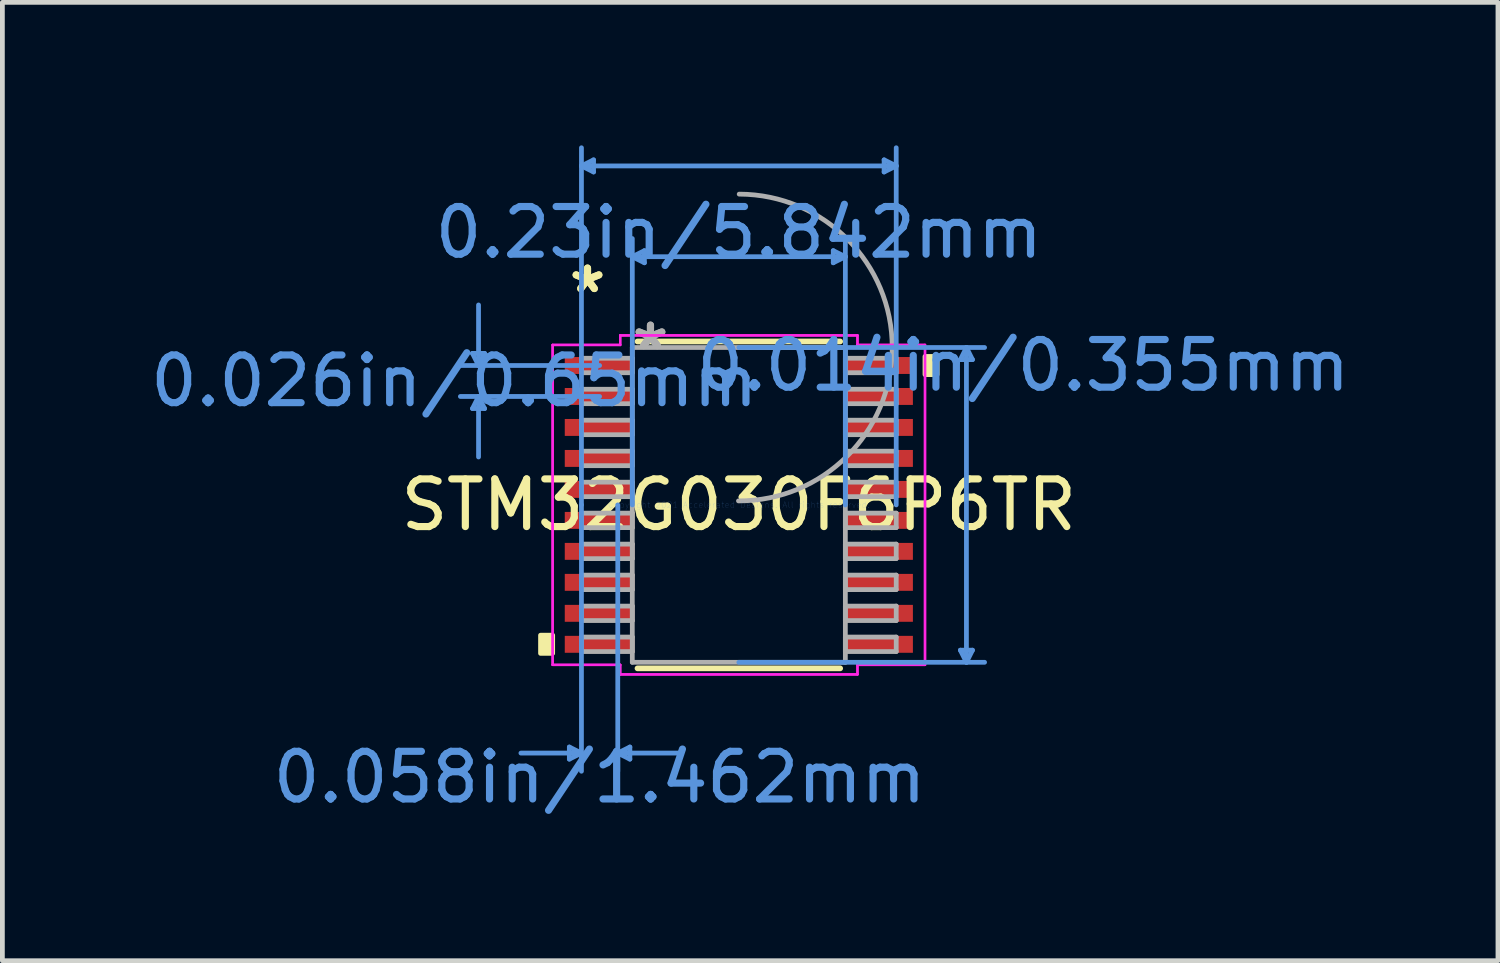
<source format=kicad_pcb>
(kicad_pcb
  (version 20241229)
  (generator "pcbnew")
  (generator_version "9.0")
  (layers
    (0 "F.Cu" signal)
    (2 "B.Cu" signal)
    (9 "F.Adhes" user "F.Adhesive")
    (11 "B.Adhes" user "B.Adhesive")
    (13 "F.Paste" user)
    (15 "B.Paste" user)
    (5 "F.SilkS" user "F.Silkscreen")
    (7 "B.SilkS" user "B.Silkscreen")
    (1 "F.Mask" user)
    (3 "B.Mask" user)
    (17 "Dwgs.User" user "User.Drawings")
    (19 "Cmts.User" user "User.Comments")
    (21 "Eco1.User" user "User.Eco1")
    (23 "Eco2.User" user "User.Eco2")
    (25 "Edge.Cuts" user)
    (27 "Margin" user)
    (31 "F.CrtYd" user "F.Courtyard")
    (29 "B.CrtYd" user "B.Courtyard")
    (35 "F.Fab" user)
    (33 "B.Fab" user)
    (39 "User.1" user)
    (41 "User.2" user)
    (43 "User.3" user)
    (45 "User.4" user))
  (footprint "STM32G030F6P6TR"
    (layer "F.Cu")
    (at 12.451 7.543)
    (property "Reference" "STM32G030F6P6TR" (at 0 0 0) (layer "F.SilkS") (effects (font (size 1 1) (thickness 0.15))))
    (attr through_hole)
    (fp_line (start -2.126 3.429) (end 2.126 3.429) (stroke (width 0.12) (type solid)) (layer "F.SilkS"))
    (fp_line (start 2.126 -3.429) (end -2.126 -3.429) (stroke (width 0.12) (type solid)) (layer "F.SilkS"))
    (fp_poly (pts (xy -4.16 2.734) (xy -4.16 3.115) (xy -3.906 3.115) (xy -3.906 2.734)) (stroke (width 0.1) (type solid)) (fill yes) (layer "F.SilkS"))
    (fp_poly (pts (xy 4.16 -3.115) (xy 4.16 -2.734) (xy 3.906 -2.734) (xy 3.906 -3.115)) (stroke (width 0.1) (type solid)) (fill yes) (layer "F.SilkS"))
    (fp_line (start -5.588 -3.179) (end -5.334 -3.179) (stroke (width 0.1) (type solid)) (layer "Cmts.User"))
    (fp_line (start -5.588 -2.021) (end -5.334 -2.021) (stroke (width 0.1) (type solid)) (layer "Cmts.User"))
    (fp_line (start -5.461 -2.925) (end -5.588 -3.179) (stroke (width 0.1) (type solid)) (layer "Cmts.User"))
    (fp_line (start -5.461 -2.925) (end -5.461 -4.195) (stroke (width 0.1) (type solid)) (layer "Cmts.User"))
    (fp_line (start -5.461 -2.925) (end -5.334 -3.179) (stroke (width 0.1) (type solid)) (layer "Cmts.User"))
    (fp_line (start -5.461 -2.275) (end -5.588 -2.021) (stroke (width 0.1) (type solid)) (layer "Cmts.User"))
    (fp_line (start -5.461 -2.275) (end -5.461 -1.005) (stroke (width 0.1) (type solid)) (layer "Cmts.User"))
    (fp_line (start -5.461 -2.275) (end -5.334 -2.021) (stroke (width 0.1) (type solid)) (layer "Cmts.User"))
    (fp_line (start -3.556 5.08) (end -3.556 5.334) (stroke (width 0.1) (type solid)) (layer "Cmts.User"))
    (fp_line (start -3.302 -7.112) (end -3.048 -7.239) (stroke (width 0.1) (type solid)) (layer "Cmts.User"))
    (fp_line (start -3.302 -7.112) (end -3.048 -6.985) (stroke (width 0.1) (type solid)) (layer "Cmts.User"))
    (fp_line (start -3.302 -7.112) (end 3.302 -7.112) (stroke (width 0.1) (type solid)) (layer "Cmts.User"))
    (fp_line (start -3.302 0) (end -3.302 -7.493) (stroke (width 0.1) (type solid)) (layer "Cmts.User"))
    (fp_line (start -3.302 0) (end -3.302 5.588) (stroke (width 0.1) (type solid)) (layer "Cmts.User"))
    (fp_line (start -3.302 5.207) (end -4.572 5.207) (stroke (width 0.1) (type solid)) (layer "Cmts.User"))
    (fp_line (start -3.302 5.207) (end -3.556 5.08) (stroke (width 0.1) (type solid)) (layer "Cmts.User"))
    (fp_line (start -3.302 5.207) (end -3.556 5.334) (stroke (width 0.1) (type solid)) (layer "Cmts.User"))
    (fp_line (start -3.048 -7.239) (end -3.048 -6.985) (stroke (width 0.1) (type solid)) (layer "Cmts.User"))
    (fp_line (start -2.921 -2.925) (end -5.842 -2.925) (stroke (width 0.1) (type solid)) (layer "Cmts.User"))
    (fp_line (start -2.921 -2.275) (end -5.842 -2.275) (stroke (width 0.1) (type solid)) (layer "Cmts.User"))
    (fp_line (start -2.54 0) (end -2.54 5.588) (stroke (width 0.1) (type solid)) (layer "Cmts.User"))
    (fp_line (start -2.54 5.207) (end -2.286 5.08) (stroke (width 0.1) (type solid)) (layer "Cmts.User"))
    (fp_line (start -2.54 5.207) (end -2.286 5.334) (stroke (width 0.1) (type solid)) (layer "Cmts.User"))
    (fp_line (start -2.54 5.207) (end -1.27 5.207) (stroke (width 0.1) (type solid)) (layer "Cmts.User"))
    (fp_line (start -2.286 5.08) (end -2.286 5.334) (stroke (width 0.1) (type solid)) (layer "Cmts.User"))
    (fp_line (start -2.235 -5.207) (end -1.981 -5.334) (stroke (width 0.1) (type solid)) (layer "Cmts.User"))
    (fp_line (start -2.235 -5.207) (end -1.981 -5.08) (stroke (width 0.1) (type solid)) (layer "Cmts.User"))
    (fp_line (start -2.235 -5.207) (end 2.235 -5.207) (stroke (width 0.1) (type solid)) (layer "Cmts.User"))
    (fp_line (start -2.235 0) (end -2.235 -5.588) (stroke (width 0.1) (type solid)) (layer "Cmts.User"))
    (fp_line (start -1.981 -5.334) (end -1.981 -5.08) (stroke (width 0.1) (type solid)) (layer "Cmts.User"))
    (fp_line (start 0 -3.302) (end 5.156 -3.302) (stroke (width 0.1) (type solid)) (layer "Cmts.User"))
    (fp_line (start 0 3.302) (end 5.156 3.302) (stroke (width 0.1) (type solid)) (layer "Cmts.User"))
    (fp_line (start 1.981 -5.334) (end 1.981 -5.08) (stroke (width 0.1) (type solid)) (layer "Cmts.User"))
    (fp_line (start 2.235 -5.207) (end 1.981 -5.334) (stroke (width 0.1) (type solid)) (layer "Cmts.User"))
    (fp_line (start 2.235 -5.207) (end 1.981 -5.08) (stroke (width 0.1) (type solid)) (layer "Cmts.User"))
    (fp_line (start 2.235 0) (end 2.235 -5.588) (stroke (width 0.1) (type solid)) (layer "Cmts.User"))
    (fp_line (start 3.048 -7.239) (end 3.048 -6.985) (stroke (width 0.1) (type solid)) (layer "Cmts.User"))
    (fp_line (start 3.302 -7.112) (end 3.048 -7.239) (stroke (width 0.1) (type solid)) (layer "Cmts.User"))
    (fp_line (start 3.302 -7.112) (end 3.048 -6.985) (stroke (width 0.1) (type solid)) (layer "Cmts.User"))
    (fp_line (start 3.302 0) (end 3.302 -7.493) (stroke (width 0.1) (type solid)) (layer "Cmts.User"))
    (fp_line (start 4.648 -3.048) (end 4.902 -3.048) (stroke (width 0.1) (type solid)) (layer "Cmts.User"))
    (fp_line (start 4.648 3.048) (end 4.902 3.048) (stroke (width 0.1) (type solid)) (layer "Cmts.User"))
    (fp_line (start 4.775 -3.302) (end 4.648 -3.048) (stroke (width 0.1) (type solid)) (layer "Cmts.User"))
    (fp_line (start 4.775 -3.302) (end 4.775 3.302) (stroke (width 0.1) (type solid)) (layer "Cmts.User"))
    (fp_line (start 4.775 -3.302) (end 4.902 -3.048) (stroke (width 0.1) (type solid)) (layer "Cmts.User"))
    (fp_line (start 4.775 3.302) (end 4.648 3.048) (stroke (width 0.1) (type solid)) (layer "Cmts.User"))
    (fp_line (start 4.775 3.302) (end 4.902 3.048) (stroke (width 0.1) (type solid)) (layer "Cmts.User"))
    (fp_line (start -3.906 -3.356) (end -2.489 -3.356) (stroke (width 0.05) (type solid)) (layer "F.CrtYd"))
    (fp_line (start -3.906 -3.356) (end -2.489 -3.356) (stroke (width 0.05) (type solid)) (layer "F.CrtYd"))
    (fp_line (start -3.906 3.356) (end -3.906 -3.356) (stroke (width 0.05) (type solid)) (layer "F.CrtYd"))
    (fp_line (start -3.906 3.356) (end -3.906 -3.356) (stroke (width 0.05) (type solid)) (layer "F.CrtYd"))
    (fp_line (start -3.906 3.356) (end -2.489 3.356) (stroke (width 0.05) (type solid)) (layer "F.CrtYd"))
    (fp_line (start -2.489 -3.556) (end 2.489 -3.556) (stroke (width 0.05) (type solid)) (layer "F.CrtYd"))
    (fp_line (start -2.489 -3.556) (end 2.489 -3.556) (stroke (width 0.05) (type solid)) (layer "F.CrtYd"))
    (fp_line (start -2.489 -3.356) (end -2.489 -3.556) (stroke (width 0.05) (type solid)) (layer "F.CrtYd"))
    (fp_line (start -2.489 -3.356) (end -2.489 -3.556) (stroke (width 0.05) (type solid)) (layer "F.CrtYd"))
    (fp_line (start -2.489 3.356) (end -3.906 3.356) (stroke (width 0.05) (type solid)) (layer "F.CrtYd"))
    (fp_line (start -2.489 3.556) (end -2.489 3.356) (stroke (width 0.05) (type solid)) (layer "F.CrtYd"))
    (fp_line (start -2.489 3.556) (end -2.489 3.356) (stroke (width 0.05) (type solid)) (layer "F.CrtYd"))
    (fp_line (start 2.489 -3.556) (end 2.489 -3.356) (stroke (width 0.05) (type solid)) (layer "F.CrtYd"))
    (fp_line (start 2.489 -3.556) (end 2.489 -3.356) (stroke (width 0.05) (type solid)) (layer "F.CrtYd"))
    (fp_line (start 2.489 -3.356) (end 3.906 -3.356) (stroke (width 0.05) (type solid)) (layer "F.CrtYd"))
    (fp_line (start 2.489 3.356) (end 2.489 3.556) (stroke (width 0.05) (type solid)) (layer "F.CrtYd"))
    (fp_line (start 2.489 3.356) (end 2.489 3.556) (stroke (width 0.05) (type solid)) (layer "F.CrtYd"))
    (fp_line (start 2.489 3.556) (end -2.489 3.556) (stroke (width 0.05) (type solid)) (layer "F.CrtYd"))
    (fp_line (start 2.489 3.556) (end -2.489 3.556) (stroke (width 0.05) (type solid)) (layer "F.CrtYd"))
    (fp_line (start 3.906 -3.356) (end 2.489 -3.356) (stroke (width 0.05) (type solid)) (layer "F.CrtYd"))
    (fp_line (start 3.906 -3.356) (end 3.906 3.356) (stroke (width 0.05) (type solid)) (layer "F.CrtYd"))
    (fp_line (start 3.906 -3.356) (end 3.906 3.356) (stroke (width 0.05) (type solid)) (layer "F.CrtYd"))
    (fp_line (start 3.906 3.356) (end 2.489 3.356) (stroke (width 0.05) (type solid)) (layer "F.CrtYd"))
    (fp_line (start 3.906 3.356) (end 2.489 3.356) (stroke (width 0.05) (type solid)) (layer "F.CrtYd"))
    (fp_line (start -3.302 -3.077) (end -3.302 -2.773) (stroke (width 0.1) (type solid)) (layer "F.Fab"))
    (fp_line (start -3.302 -2.773) (end -2.235 -2.773) (stroke (width 0.1) (type solid)) (layer "F.Fab"))
    (fp_line (start -3.302 -2.427) (end -3.302 -2.123) (stroke (width 0.1) (type solid)) (layer "F.Fab"))
    (fp_line (start -3.302 -2.123) (end -2.235 -2.123) (stroke (width 0.1) (type solid)) (layer "F.Fab"))
    (fp_line (start -3.302 -1.777) (end -3.302 -1.473) (stroke (width 0.1) (type solid)) (layer "F.Fab"))
    (fp_line (start -3.302 -1.473) (end -2.235 -1.473) (stroke (width 0.1) (type solid)) (layer "F.Fab"))
    (fp_line (start -3.302 -1.127) (end -3.302 -0.823) (stroke (width 0.1) (type solid)) (layer "F.Fab"))
    (fp_line (start -3.302 -0.823) (end -2.235 -0.823) (stroke (width 0.1) (type solid)) (layer "F.Fab"))
    (fp_line (start -3.302 -0.477) (end -3.302 -0.173) (stroke (width 0.1) (type solid)) (layer "F.Fab"))
    (fp_line (start -3.302 -0.173) (end -2.235 -0.173) (stroke (width 0.1) (type solid)) (layer "F.Fab"))
    (fp_line (start -3.302 0.173) (end -3.302 0.477) (stroke (width 0.1) (type solid)) (layer "F.Fab"))
    (fp_line (start -3.302 0.477) (end -2.235 0.477) (stroke (width 0.1) (type solid)) (layer "F.Fab"))
    (fp_line (start -3.302 0.823) (end -3.302 1.127) (stroke (width 0.1) (type solid)) (layer "F.Fab"))
    (fp_line (start -3.302 1.127) (end -2.235 1.127) (stroke (width 0.1) (type solid)) (layer "F.Fab"))
    (fp_line (start -3.302 1.473) (end -3.302 1.777) (stroke (width 0.1) (type solid)) (layer "F.Fab"))
    (fp_line (start -3.302 1.777) (end -2.235 1.777) (stroke (width 0.1) (type solid)) (layer "F.Fab"))
    (fp_line (start -3.302 2.123) (end -3.302 2.427) (stroke (width 0.1) (type solid)) (layer "F.Fab"))
    (fp_line (start -3.302 2.427) (end -2.235 2.427) (stroke (width 0.1) (type solid)) (layer "F.Fab"))
    (fp_line (start -3.302 2.773) (end -3.302 3.077) (stroke (width 0.1) (type solid)) (layer "F.Fab"))
    (fp_line (start -3.302 3.077) (end -2.235 3.077) (stroke (width 0.1) (type solid)) (layer "F.Fab"))
    (fp_line (start -2.235 -3.302) (end -2.235 3.302) (stroke (width 0.1) (type solid)) (layer "F.Fab"))
    (fp_line (start -2.235 -3.077) (end -3.302 -3.077) (stroke (width 0.1) (type solid)) (layer "F.Fab"))
    (fp_line (start -2.235 -2.773) (end -2.235 -3.077) (stroke (width 0.1) (type solid)) (layer "F.Fab"))
    (fp_line (start -2.235 -2.427) (end -3.302 -2.427) (stroke (width 0.1) (type solid)) (layer "F.Fab"))
    (fp_line (start -2.235 -2.123) (end -2.235 -2.427) (stroke (width 0.1) (type solid)) (layer "F.Fab"))
    (fp_line (start -2.235 -1.777) (end -3.302 -1.777) (stroke (width 0.1) (type solid)) (layer "F.Fab"))
    (fp_line (start -2.235 -1.473) (end -2.235 -1.777) (stroke (width 0.1) (type solid)) (layer "F.Fab"))
    (fp_line (start -2.235 -1.127) (end -3.302 -1.127) (stroke (width 0.1) (type solid)) (layer "F.Fab"))
    (fp_line (start -2.235 -0.823) (end -2.235 -1.127) (stroke (width 0.1) (type solid)) (layer "F.Fab"))
    (fp_line (start -2.235 -0.477) (end -3.302 -0.477) (stroke (width 0.1) (type solid)) (layer "F.Fab"))
    (fp_line (start -2.235 -0.173) (end -2.235 -0.477) (stroke (width 0.1) (type solid)) (layer "F.Fab"))
    (fp_line (start -2.235 0.173) (end -3.302 0.173) (stroke (width 0.1) (type solid)) (layer "F.Fab"))
    (fp_line (start -2.235 0.477) (end -2.235 0.173) (stroke (width 0.1) (type solid)) (layer "F.Fab"))
    (fp_line (start -2.235 0.823) (end -3.302 0.823) (stroke (width 0.1) (type solid)) (layer "F.Fab"))
    (fp_line (start -2.235 1.127) (end -2.235 0.823) (stroke (width 0.1) (type solid)) (layer "F.Fab"))
    (fp_line (start -2.235 1.473) (end -3.302 1.473) (stroke (width 0.1) (type solid)) (layer "F.Fab"))
    (fp_line (start -2.235 1.777) (end -2.235 1.473) (stroke (width 0.1) (type solid)) (layer "F.Fab"))
    (fp_line (start -2.235 2.123) (end -3.302 2.123) (stroke (width 0.1) (type solid)) (layer "F.Fab"))
    (fp_line (start -2.235 2.427) (end -2.235 2.123) (stroke (width 0.1) (type solid)) (layer "F.Fab"))
    (fp_line (start -2.235 2.773) (end -3.302 2.773) (stroke (width 0.1) (type solid)) (layer "F.Fab"))
    (fp_line (start -2.235 3.077) (end -2.235 2.773) (stroke (width 0.1) (type solid)) (layer "F.Fab"))
    (fp_line (start -2.235 3.302) (end 2.235 3.302) (stroke (width 0.1) (type solid)) (layer "F.Fab"))
    (fp_line (start 2.235 -3.302) (end -2.235 -3.302) (stroke (width 0.1) (type solid)) (layer "F.Fab"))
    (fp_line (start 2.235 -3.077) (end 2.235 -2.773) (stroke (width 0.1) (type solid)) (layer "F.Fab"))
    (fp_line (start 2.235 -2.773) (end 3.302 -2.773) (stroke (width 0.1) (type solid)) (layer "F.Fab"))
    (fp_line (start 2.235 -2.427) (end 2.235 -2.123) (stroke (width 0.1) (type solid)) (layer "F.Fab"))
    (fp_line (start 2.235 -2.123) (end 3.302 -2.123) (stroke (width 0.1) (type solid)) (layer "F.Fab"))
    (fp_line (start 2.235 -1.777) (end 2.235 -1.473) (stroke (width 0.1) (type solid)) (layer "F.Fab"))
    (fp_line (start 2.235 -1.473) (end 3.302 -1.473) (stroke (width 0.1) (type solid)) (layer "F.Fab"))
    (fp_line (start 2.235 -1.127) (end 2.235 -0.823) (stroke (width 0.1) (type solid)) (layer "F.Fab"))
    (fp_line (start 2.235 -0.823) (end 3.302 -0.823) (stroke (width 0.1) (type solid)) (layer "F.Fab"))
    (fp_line (start 2.235 -0.477) (end 2.235 -0.173) (stroke (width 0.1) (type solid)) (layer "F.Fab"))
    (fp_line (start 2.235 -0.173) (end 3.302 -0.173) (stroke (width 0.1) (type solid)) (layer "F.Fab"))
    (fp_line (start 2.235 0.173) (end 2.235 0.477) (stroke (width 0.1) (type solid)) (layer "F.Fab"))
    (fp_line (start 2.235 0.477) (end 3.302 0.477) (stroke (width 0.1) (type solid)) (layer "F.Fab"))
    (fp_line (start 2.235 0.823) (end 2.235 1.127) (stroke (width 0.1) (type solid)) (layer "F.Fab"))
    (fp_line (start 2.235 1.127) (end 3.302 1.127) (stroke (width 0.1) (type solid)) (layer "F.Fab"))
    (fp_line (start 2.235 1.473) (end 2.235 1.777) (stroke (width 0.1) (type solid)) (layer "F.Fab"))
    (fp_line (start 2.235 1.777) (end 3.302 1.777) (stroke (width 0.1) (type solid)) (layer "F.Fab"))
    (fp_line (start 2.235 2.123) (end 2.235 2.427) (stroke (width 0.1) (type solid)) (layer "F.Fab"))
    (fp_line (start 2.235 2.427) (end 3.302 2.427) (stroke (width 0.1) (type solid)) (layer "F.Fab"))
    (fp_line (start 2.235 2.773) (end 2.235 3.077) (stroke (width 0.1) (type solid)) (layer "F.Fab"))
    (fp_line (start 2.235 3.077) (end 3.302 3.077) (stroke (width 0.1) (type solid)) (layer "F.Fab"))
    (fp_line (start 2.235 3.302) (end 2.235 -3.302) (stroke (width 0.1) (type solid)) (layer "F.Fab"))
    (fp_line (start 3.302 -3.077) (end 2.235 -3.077) (stroke (width 0.1) (type solid)) (layer "F.Fab"))
    (fp_line (start 3.302 -2.773) (end 3.302 -3.077) (stroke (width 0.1) (type solid)) (layer "F.Fab"))
    (fp_line (start 3.302 -2.427) (end 2.235 -2.427) (stroke (width 0.1) (type solid)) (layer "F.Fab"))
    (fp_line (start 3.302 -2.123) (end 3.302 -2.427) (stroke (width 0.1) (type solid)) (layer "F.Fab"))
    (fp_line (start 3.302 -1.777) (end 2.235 -1.777) (stroke (width 0.1) (type solid)) (layer "F.Fab"))
    (fp_line (start 3.302 -1.473) (end 3.302 -1.777) (stroke (width 0.1) (type solid)) (layer "F.Fab"))
    (fp_line (start 3.302 -1.127) (end 2.235 -1.127) (stroke (width 0.1) (type solid)) (layer "F.Fab"))
    (fp_line (start 3.302 -0.823) (end 3.302 -1.127) (stroke (width 0.1) (type solid)) (layer "F.Fab"))
    (fp_line (start 3.302 -0.477) (end 2.235 -0.477) (stroke (width 0.1) (type solid)) (layer "F.Fab"))
    (fp_line (start 3.302 -0.173) (end 3.302 -0.477) (stroke (width 0.1) (type solid)) (layer "F.Fab"))
    (fp_line (start 3.302 0.173) (end 2.235 0.173) (stroke (width 0.1) (type solid)) (layer "F.Fab"))
    (fp_line (start 3.302 0.477) (end 3.302 0.173) (stroke (width 0.1) (type solid)) (layer "F.Fab"))
    (fp_line (start 3.302 0.823) (end 2.235 0.823) (stroke (width 0.1) (type solid)) (layer "F.Fab"))
    (fp_line (start 3.302 1.127) (end 3.302 0.823) (stroke (width 0.1) (type solid)) (layer "F.Fab"))
    (fp_line (start 3.302 1.473) (end 2.235 1.473) (stroke (width 0.1) (type solid)) (layer "F.Fab"))
    (fp_line (start 3.302 1.777) (end 3.302 1.473) (stroke (width 0.1) (type solid)) (layer "F.Fab"))
    (fp_line (start 3.302 2.123) (end 2.235 2.123) (stroke (width 0.1) (type solid)) (layer "F.Fab"))
    (fp_line (start 3.302 2.427) (end 3.302 2.123) (stroke (width 0.1) (type solid)) (layer "F.Fab"))
    (fp_line (start 3.302 2.773) (end 2.235 2.773) (stroke (width 0.1) (type solid)) (layer "F.Fab"))
    (fp_line (start 3.302 3.077) (end 3.302 2.773) (stroke (width 0.1) (type solid)) (layer "F.Fab"))
    (fp_arc (start 0.007742 -6.520129) (mid 3.218129 -3.294258) (end -0.007742 -0.083871) (stroke (width 0.1) (type solid)) (layer "F.Fab"))
    (fp_text user "*" (at -3.175 -4.423 0) (layer "F.SilkS") (effects (font (size 1 1) (thickness 0.15))))
    (fp_text user "*" (at -3.175 -4.423 0) (layer "F.SilkS") (effects (font (size 1 1) (thickness 0.15))))
    (fp_text user "0.23in/5.842mm" (at 0 -5.715 0) (layer "Cmts.User") (effects (font (size 1 1) (thickness 0.15))))
    (fp_text user "0.058in/1.462mm" (at -2.921 5.715 0) (layer "Cmts.User") (effects (font (size 1 1) (thickness 0.15))))
    (fp_text user "0.026in/0.65mm" (at -5.969 -2.6 0) (layer "Cmts.User") (effects (font (size 1 1) (thickness 0.15))))
    (fp_text user "0.014in/0.355mm" (at 5.969 -2.925 0) (layer "Cmts.User") (effects (font (size 1 1) (thickness 0.15))))
    (fp_text user "Copyright 2021 Accelerated Designs. All rights reserved." (at 0 0 0) (layer "Cmts.User") (effects (font (size 0.127 0.127) (thickness 0.002))))
    (fp_text user "*" (at -1.854 -3.226 0) (layer "F.Fab") (effects (font (size 1 1) (thickness 0.15))))
    (fp_text user "*" (at -1.854 -3.226 0) (layer "F.Fab") (effects (font (size 1 1) (thickness 0.15))))
    (pad "1" smd rect (at -2.921 -2.925) (size 1.462 0.355) (layers "F.Cu" "F.Mask" "F.Paste"))
    (pad "2" smd rect (at -2.921 -2.275) (size 1.462 0.355) (layers "F.Cu" "F.Mask" "F.Paste"))
    (pad "3" smd rect (at -2.921 -1.625) (size 1.462 0.355) (layers "F.Cu" "F.Mask" "F.Paste"))
    (pad "4" smd rect (at -2.921 -0.975) (size 1.462 0.355) (layers "F.Cu" "F.Mask" "F.Paste"))
    (pad "5" smd rect (at -2.921 -0.325) (size 1.462 0.355) (layers "F.Cu" "F.Mask" "F.Paste"))
    (pad "6" smd rect (at -2.921 0.325) (size 1.462 0.355) (layers "F.Cu" "F.Mask" "F.Paste"))
    (pad "7" smd rect (at -2.921 0.975) (size 1.462 0.355) (layers "F.Cu" "F.Mask" "F.Paste"))
    (pad "8" smd rect (at -2.921 1.625) (size 1.462 0.355) (layers "F.Cu" "F.Mask" "F.Paste"))
    (pad "9" smd rect (at -2.921 2.275) (size 1.462 0.355) (layers "F.Cu" "F.Mask" "F.Paste"))
    (pad "10" smd rect (at -2.921 2.925) (size 1.462 0.355) (layers "F.Cu" "F.Mask" "F.Paste"))
    (pad "11" smd rect (at 2.921 2.925) (size 1.462 0.355) (layers "F.Cu" "F.Mask" "F.Paste"))
    (pad "12" smd rect (at 2.921 2.275) (size 1.462 0.355) (layers "F.Cu" "F.Mask" "F.Paste"))
    (pad "13" smd rect (at 2.921 1.625) (size 1.462 0.355) (layers "F.Cu" "F.Mask" "F.Paste"))
    (pad "14" smd rect (at 2.921 0.975) (size 1.462 0.355) (layers "F.Cu" "F.Mask" "F.Paste"))
    (pad "15" smd rect (at 2.921 0.325) (size 1.462 0.355) (layers "F.Cu" "F.Mask" "F.Paste"))
    (pad "16" smd rect (at 2.921 -0.325) (size 1.462 0.355) (layers "F.Cu" "F.Mask" "F.Paste"))
    (pad "17" smd rect (at 2.921 -0.975) (size 1.462 0.355) (layers "F.Cu" "F.Mask" "F.Paste"))
    (pad "18" smd rect (at 2.921 -1.625) (size 1.462 0.355) (layers "F.Cu" "F.Mask" "F.Paste"))
    (pad "19" smd rect (at 2.921 -2.275) (size 1.462 0.355) (layers "F.Cu" "F.Mask" "F.Paste"))
    (pad "20" smd rect (at 2.921 -2.925) (size 1.462 0.355) (layers "F.Cu" "F.Mask" "F.Paste")))
  (gr_rect
    (start -3 -3)
    (end 28.378 17.106)
    (stroke (width 0.1) (type default))
    (fill no)
    (layer "Edge.Cuts")))
</source>
